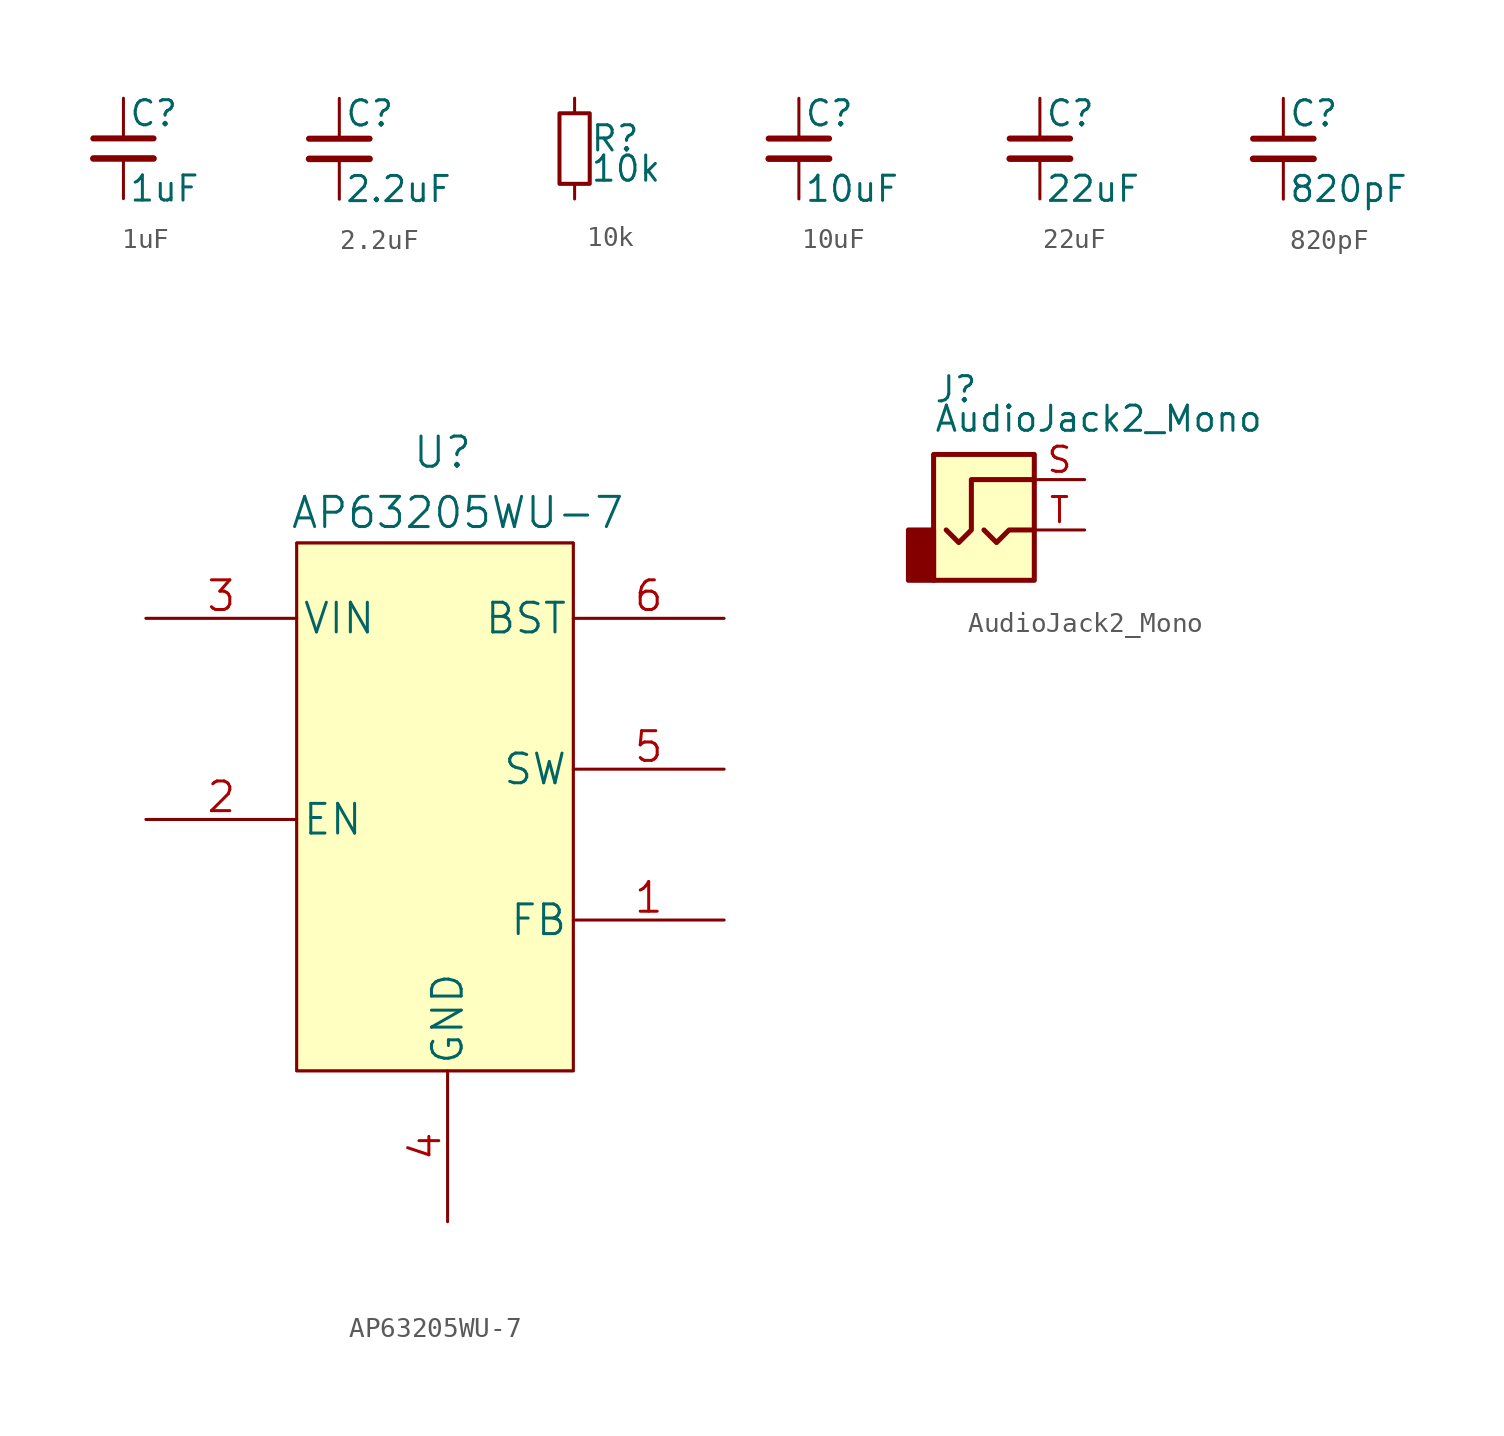
<source format=kicad_sym>
(kicad_symbol_lib
  (version 20211014)
  (generator kicad_symbol_editor)
  (symbol "1uF"
    (pin_numbers hide)
    (pin_names
      (offset 0.254) hide)
    (property "Reference" "C"
      (at 0.254 1.778 0)
      (effects (font (size 1.27 1.27)) (justify left)))
    (property "Value" "1uF"
      (at 0.254 -2.032 0)
      (effects (font (size 1.27 1.27)) (justify left)))
    (symbol "1uF_0_1"
      (polyline (pts (xy -1.524 -0.508) (xy 1.524 -0.508)) (stroke (width 0.33) (type default) (color 0 0 0 0)) (fill (type none)))
      (polyline (pts (xy -1.524 0.508) (xy 1.524 0.508)) (stroke (width 0.305) (type default) (color 0 0 0 0)) (fill (type none))))
    (symbol "1uF_1_1"
      (pin passive line (at 0 2.54 270) (length 2.032) (name "~" (effects (font (size 1.27 1.27)))) (number "1" (effects (font (size 1.27 1.27)))))
      (pin passive line (at 0 -2.54 90) (length 2.032) (name "~" (effects (font (size 1.27 1.27)))) (number "2" (effects (font (size 1.27 1.27)))))))
  (symbol "2.2uF"
    (pin_numbers hide)
    (pin_names
      (offset 0.254) hide)
    (property "Reference" "C"
      (at 0.254 1.778 0)
      (effects (font (size 1.27 1.27)) (justify left)))
    (property "Value" "2.2uF"
      (at 0.254 -2.032 0)
      (effects (font (size 1.27 1.27)) (justify left)))
    (symbol "2.2uF_0_1"
      (polyline (pts (xy -1.524 -0.508) (xy 1.524 -0.508)) (stroke (width 0.33) (type default) (color 0 0 0 0)) (fill (type none)))
      (polyline (pts (xy -1.524 0.508) (xy 1.524 0.508)) (stroke (width 0.305) (type default) (color 0 0 0 0)) (fill (type none))))
    (symbol "2.2uF_1_1"
      (pin passive line (at 0 2.54 270) (length 2.032) (name "~" (effects (font (size 1.27 1.27)))) (number "1" (effects (font (size 1.27 1.27)))))
      (pin passive line (at 0 -2.54 90) (length 2.032) (name "~" (effects (font (size 1.27 1.27)))) (number "2" (effects (font (size 1.27 1.27)))))))
  (symbol "10k"
    (pin_numbers hide)
    (pin_names
      (offset 0.254) hide)
    (property "Reference" "R"
      (at 0.762 0.508 0)
      (effects (font (size 1.27 1.27)) (justify left)))
    (property "Value" "10k"
      (at 0.762 -1.016 0)
      (effects (font (size 1.27 1.27)) (justify left)))
    (symbol "10k_0_1"
      (rectangle (start -0.762 1.778) (end 0.762 -1.778) (stroke (width 0.203) (type default) (color 0 0 0 0)) (fill (type none))))
    (symbol "10k_1_1"
      (pin passive line (at 0 2.54 270) (length 0.762) (name "~" (effects (font (size 1.27 1.27)))) (number "1" (effects (font (size 1.27 1.27)))))
      (pin passive line (at 0 -2.54 90) (length 0.762) (name "~" (effects (font (size 1.27 1.27)))) (number "2" (effects (font (size 1.27 1.27)))))))
  (symbol "10uF"
    (pin_numbers hide)
    (pin_names
      (offset 0.254) hide)
    (property "Reference" "C"
      (at 0.254 1.778 0)
      (effects (font (size 1.27 1.27)) (justify left)))
    (property "Value" "10uF"
      (at 0.254 -2.032 0)
      (effects (font (size 1.27 1.27)) (justify left)))
    (symbol "10uF_0_1"
      (polyline (pts (xy -1.524 -0.508) (xy 1.524 -0.508)) (stroke (width 0.33) (type default) (color 0 0 0 0)) (fill (type none)))
      (polyline (pts (xy -1.524 0.508) (xy 1.524 0.508)) (stroke (width 0.305) (type default) (color 0 0 0 0)) (fill (type none))))
    (symbol "10uF_1_1"
      (pin passive line (at 0 2.54 270) (length 2.032) (name "~" (effects (font (size 1.27 1.27)))) (number "1" (effects (font (size 1.27 1.27)))))
      (pin passive line (at 0 -2.54 90) (length 2.032) (name "~" (effects (font (size 1.27 1.27)))) (number "2" (effects (font (size 1.27 1.27)))))))
  (symbol "22uF"
    (pin_numbers hide)
    (pin_names
      (offset 0.254) hide)
    (property "Reference" "C"
      (at 0.254 1.778 0)
      (effects (font (size 1.27 1.27)) (justify left)))
    (property "Value" "22uF"
      (at 0.254 -2.032 0)
      (effects (font (size 1.27 1.27)) (justify left)))
    (symbol "22uF_0_1"
      (polyline (pts (xy -1.524 -0.508) (xy 1.524 -0.508)) (stroke (width 0.33) (type default) (color 0 0 0 0)) (fill (type none)))
      (polyline (pts (xy -1.524 0.508) (xy 1.524 0.508)) (stroke (width 0.305) (type default) (color 0 0 0 0)) (fill (type none))))
    (symbol "22uF_1_1"
      (pin passive line (at 0 2.54 270) (length 2.032) (name "~" (effects (font (size 1.27 1.27)))) (number "1" (effects (font (size 1.27 1.27)))))
      (pin passive line (at 0 -2.54 90) (length 2.032) (name "~" (effects (font (size 1.27 1.27)))) (number "2" (effects (font (size 1.27 1.27)))))))
  (symbol "820pF"
    (pin_numbers hide)
    (pin_names
      (offset 0.254) hide)
    (property "Reference" "C"
      (at 0.254 1.778 0)
      (effects (font (size 1.27 1.27)) (justify left)))
    (property "Value" "820pF"
      (at 0.254 -2.032 0)
      (effects (font (size 1.27 1.27)) (justify left)))
    (symbol "820pF_0_1"
      (polyline (pts (xy -1.524 -0.508) (xy 1.524 -0.508)) (stroke (width 0.33) (type default) (color 0 0 0 0)) (fill (type none)))
      (polyline (pts (xy -1.524 0.508) (xy 1.524 0.508)) (stroke (width 0.305) (type default) (color 0 0 0 0)) (fill (type none))))
    (symbol "820pF_1_1"
      (pin passive line (at 0 2.54 270) (length 2.032) (name "~" (effects (font (size 1.27 1.27)))) (number "1" (effects (font (size 1.27 1.27)))))
      (pin passive line (at 0 -2.54 90) (length 2.032) (name "~" (effects (font (size 1.27 1.27)))) (number "2" (effects (font (size 1.27 1.27)))))))
  (symbol "AP63205WU-7"
    (pin_names
      (offset 0.254))
    (property "Reference" "U"
      (at 14.986 9.652 0)
      (effects (font (size 1.524 1.524))))
    (property "Value" "AP63205WU-7"
      (at 15.748 6.604 0)
      (effects (font (size 1.524 1.524))))
    (symbol "AP63205WU-7_0_1"
      (rectangle (start 7.62 5.08) (end 21.59 -21.59) (stroke (width 0.152) (type default) (color 0 0 0 0)) (fill (type background))))
    (symbol "AP63205WU-7_1_1"
      (polyline (pts (xy 7.62 -21.59) (xy 21.59 -21.59)) (stroke (width 0.127) (type default) (color 0 0 0 0)) (fill (type none)))
      (polyline (pts (xy 7.62 5.08) (xy 7.62 -21.59)) (stroke (width 0.127) (type default) (color 0 0 0 0)) (fill (type none)))
      (polyline (pts (xy 21.59 -21.59) (xy 21.59 5.08)) (stroke (width 0.127) (type default) (color 0 0 0 0)) (fill (type none)))
      (polyline (pts (xy 21.59 5.08) (xy 7.62 5.08)) (stroke (width 0.127) (type default) (color 0 0 0 0)) (fill (type none)))
      (pin output line (at 29.21 -13.97 180) (length 7.62) (name "FB" (effects (font (size 1.499 1.499)))) (number "1" (effects (font (size 1.499 1.499)))))
      (pin input line (at 0 -8.89 0) (length 7.62) (name "EN" (effects (font (size 1.499 1.499)))) (number "2" (effects (font (size 1.499 1.499)))))
      (pin power_in line (at 0 1.27 0) (length 7.62) (name "VIN" (effects (font (size 1.499 1.499)))) (number "3" (effects (font (size 1.499 1.499)))))
      (pin power_in line (at 15.24 -29.21 90) (length 7.62) (name "GND" (effects (font (size 1.499 1.499)))) (number "4" (effects (font (size 1.499 1.499)))))
      (pin output line (at 29.21 -6.35 180) (length 7.62) (name "SW" (effects (font (size 1.499 1.499)))) (number "5" (effects (font (size 1.499 1.499)))))
      (pin input line (at 29.21 1.27 180) (length 7.62) (name "BST" (effects (font (size 1.499 1.499)))) (number "6" (effects (font (size 1.499 1.499)))))))
  (symbol "AudioJack2_Mono"
    (pin_names
      (offset 1.016))
    (property "Reference" "J"
      (at -5.08 19.05 0)
      (effects (font (size 1.27 1.27)) (justify left bottom)))
    (property "Value" "AudioJack2_Mono"
      (at -5.08 19.05 0)
      (effects (font (size 1.27 1.27)) (justify left top)))
    (symbol "AudioJack2_Mono_0_1"
      (rectangle (start -6.35 12.7) (end -5.08 10.16) (stroke (width 0.254) (type default) (color 0 0 0 0)) (fill (type outline)))
      (rectangle (start -5.08 16.51) (end 0 10.16) (stroke (width 0.254) (type default) (color 0 0 0 0)) (fill (type background)))
      (polyline (pts (xy -2.54 12.7) (xy -1.905 12.065) (xy -1.27 12.7) (xy 0 12.7)) (stroke (width 0.254) (type default) (color 0 0 0 0)) (fill (type none)))
      (polyline (pts (xy 0 15.24) (xy -3.175 15.24) (xy -3.175 12.7) (xy -3.81 12.065) (xy -4.445 12.7)) (stroke (width 0.254) (type default) (color 0 0 0 0)) (fill (type none))))
    (symbol "AudioJack2_Mono_1_1"
      (pin passive line (at 2.54 15.24 180) (length 2.54) (name "~" (effects (font (size 1.27 1.27)))) (number "S" (effects (font (size 1.27 1.27)))))
      (pin passive line (at 2.54 12.7 180) (length 2.54) (name "~" (effects (font (size 1.27 1.27)))) (number "T" (effects (font (size 1.27 1.27))))))))
</source>
